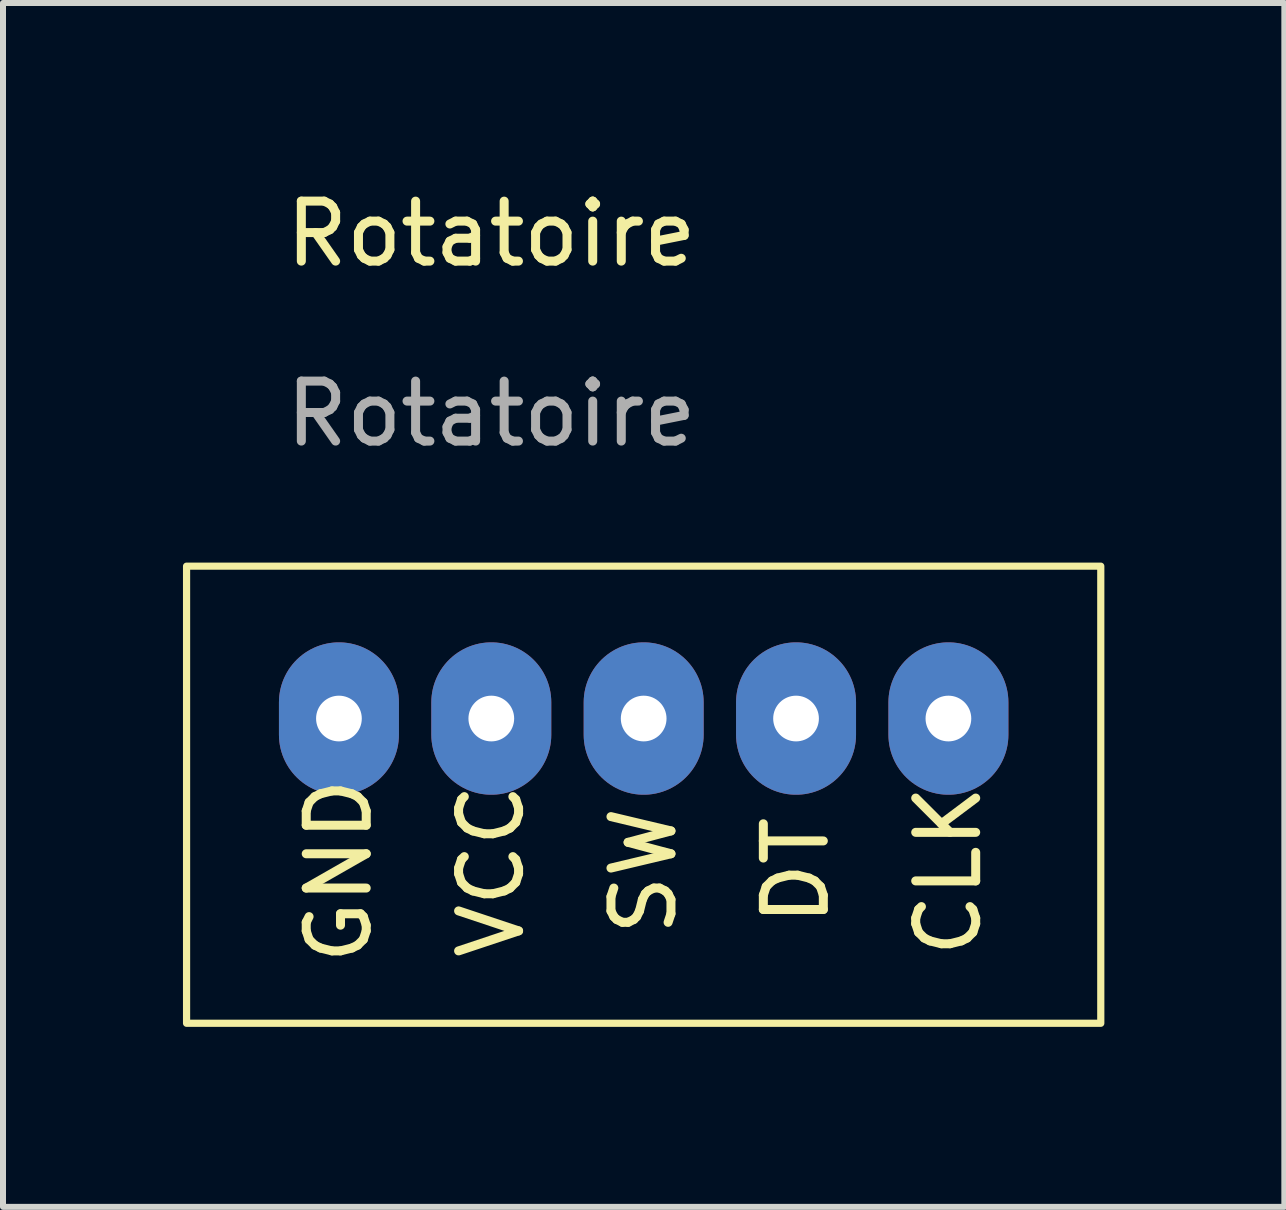
<source format=kicad_pcb>
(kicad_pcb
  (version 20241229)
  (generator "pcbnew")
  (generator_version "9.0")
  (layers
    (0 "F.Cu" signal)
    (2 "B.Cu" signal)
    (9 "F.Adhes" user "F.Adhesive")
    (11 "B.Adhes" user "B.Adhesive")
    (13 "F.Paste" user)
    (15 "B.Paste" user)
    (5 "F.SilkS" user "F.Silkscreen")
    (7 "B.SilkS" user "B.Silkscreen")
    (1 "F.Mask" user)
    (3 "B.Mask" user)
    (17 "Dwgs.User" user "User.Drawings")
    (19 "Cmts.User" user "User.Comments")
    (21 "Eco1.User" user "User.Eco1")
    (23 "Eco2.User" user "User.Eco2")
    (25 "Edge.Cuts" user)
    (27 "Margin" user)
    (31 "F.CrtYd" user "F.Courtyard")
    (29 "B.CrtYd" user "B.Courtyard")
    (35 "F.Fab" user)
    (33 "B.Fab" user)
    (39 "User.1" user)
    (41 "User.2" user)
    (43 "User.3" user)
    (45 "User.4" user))
  (footprint "Rotatoire"
    (layer "F.Cu")
    (at 5.14 8.928)
    (property "Reference" "Rotatoire" (at 0 -8.08 0) (unlocked yes) (layer "F.SilkS") (effects (font (size 1 1) (thickness 0.15))))
    (attr through_hole)
    (fp_rect (start -5.08 -2.54) (end 10.16 5.08) (stroke (width 0.12) (type solid)) (fill no) (layer "F.SilkS"))
    (fp_text user "VCC" (at 0 2.54 90) (unlocked yes) (layer "F.SilkS") (effects (font (size 1 1) (thickness 0.15))))
    (fp_text user "GND" (at -2.54 2.54 90) (unlocked yes) (layer "F.SilkS") (effects (font (size 1 1) (thickness 0.15))))
    (fp_text user "SW" (at 2.54 2.54 90) (unlocked yes) (layer "F.SilkS") (effects (font (size 1 1) (thickness 0.15))))
    (fp_text user "DT" (at 5.08 2.54 90) (unlocked yes) (layer "F.SilkS") (effects (font (size 1 1) (thickness 0.15))))
    (fp_text user "CLK" (at 7.62 2.54 90) (unlocked yes) (layer "F.SilkS") (effects (font (size 1 1) (thickness 0.15))))
    (fp_text user "${REFERENCE}" (at 0 -5.08 0) (unlocked yes) (layer "F.Fab") (effects (font (size 1 1) (thickness 0.15))))
    (pad "1" thru_hole oval (at -2.54 0) (size 2 2.54) (drill 0.762) (layers "*.Cu" "*.Mask"))
    (pad "2" thru_hole oval (at 0 0) (size 2 2.54) (drill 0.762) (layers "*.Cu" "*.Mask"))
    (pad "3" thru_hole oval (at 2.54 0) (size 2 2.54) (drill 0.762) (layers "*.Cu" "*.Mask"))
    (pad "4" thru_hole oval (at 5.08 0) (size 2 2.54) (drill 0.762) (layers "*.Cu" "*.Mask"))
    (pad "5" thru_hole oval (at 7.62 0) (size 2 2.54) (drill 0.762) (layers "*.Cu" "*.Mask")))
  (gr_rect
    (start -3 -3)
    (end 18.36 17.068)
    (stroke (width 0.1) (type default))
    (fill no)
    (layer "Edge.Cuts")))
</source>
